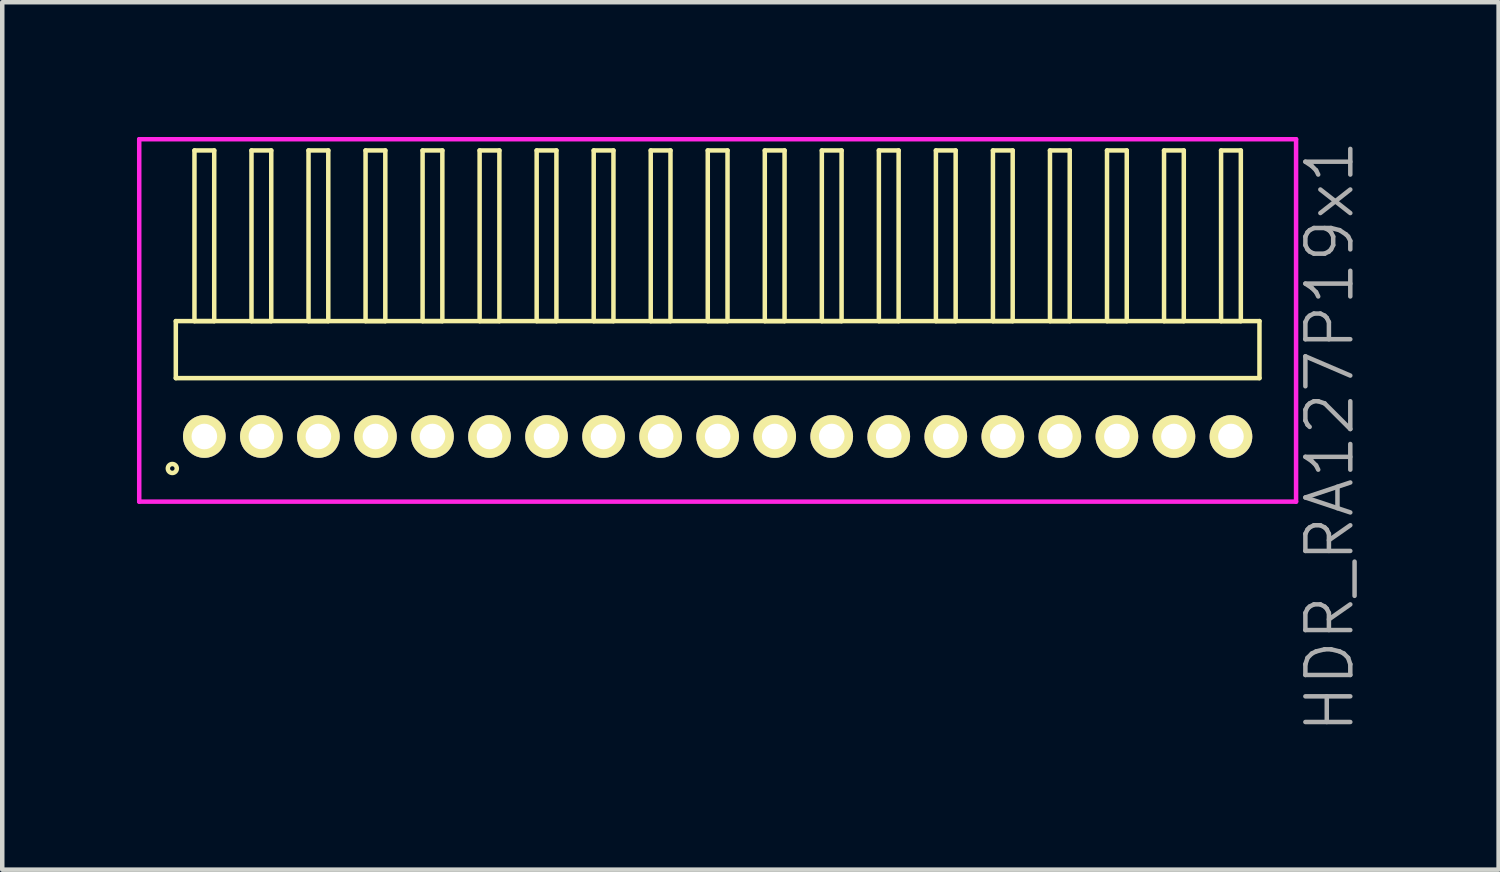
<source format=kicad_pcb>
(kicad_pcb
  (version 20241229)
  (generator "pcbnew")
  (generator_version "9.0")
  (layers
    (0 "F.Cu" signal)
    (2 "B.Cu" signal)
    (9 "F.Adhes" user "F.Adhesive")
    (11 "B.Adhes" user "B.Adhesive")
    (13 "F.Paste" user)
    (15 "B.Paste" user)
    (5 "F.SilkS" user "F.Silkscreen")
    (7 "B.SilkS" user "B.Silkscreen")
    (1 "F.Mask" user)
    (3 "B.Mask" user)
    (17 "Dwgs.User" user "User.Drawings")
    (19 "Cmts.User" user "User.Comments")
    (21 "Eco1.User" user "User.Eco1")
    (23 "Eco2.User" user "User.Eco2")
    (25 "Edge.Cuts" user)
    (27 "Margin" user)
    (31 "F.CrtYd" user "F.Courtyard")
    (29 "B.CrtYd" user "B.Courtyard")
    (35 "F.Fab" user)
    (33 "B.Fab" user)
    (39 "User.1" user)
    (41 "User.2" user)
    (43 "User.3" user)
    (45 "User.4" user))
  (footprint "HDR_RA127P19x1"
    (layer "F.Cu")
    (at 12.93 6.67)
    (property "Reference" "HDR_RA127P19x1" (at 13.63 0 90) (layer "F.Fab") (effects (font (size 1 1) (thickness 0.1))))
    (attr through_hole)
    (fp_line (start -12.065 -2.57) (end -12.065 -1.3) (stroke (width 0.1) (type solid)) (layer "F.SilkS"))
    (fp_line (start -12.065 -1.3) (end 12.065 -1.3) (stroke (width 0.1) (type solid)) (layer "F.SilkS"))
    (fp_line (start -11.65 -6.37) (end -11.65 -2.57) (stroke (width 0.1) (type solid)) (layer "F.SilkS"))
    (fp_line (start -11.65 -2.57) (end -11.21 -2.57) (stroke (width 0.1) (type solid)) (layer "F.SilkS"))
    (fp_line (start -11.21 -6.37) (end -11.65 -6.37) (stroke (width 0.1) (type solid)) (layer "F.SilkS"))
    (fp_line (start -11.21 -2.57) (end -11.21 -6.37) (stroke (width 0.1) (type solid)) (layer "F.SilkS"))
    (fp_line (start -10.38 -6.37) (end -10.38 -2.57) (stroke (width 0.1) (type solid)) (layer "F.SilkS"))
    (fp_line (start -10.38 -2.57) (end -9.94 -2.57) (stroke (width 0.1) (type solid)) (layer "F.SilkS"))
    (fp_line (start -9.94 -6.37) (end -10.38 -6.37) (stroke (width 0.1) (type solid)) (layer "F.SilkS"))
    (fp_line (start -9.94 -2.57) (end -9.94 -6.37) (stroke (width 0.1) (type solid)) (layer "F.SilkS"))
    (fp_line (start -9.11 -6.37) (end -9.11 -2.57) (stroke (width 0.1) (type solid)) (layer "F.SilkS"))
    (fp_line (start -9.11 -2.57) (end -8.67 -2.57) (stroke (width 0.1) (type solid)) (layer "F.SilkS"))
    (fp_line (start -8.67 -6.37) (end -9.11 -6.37) (stroke (width 0.1) (type solid)) (layer "F.SilkS"))
    (fp_line (start -8.67 -2.57) (end -8.67 -6.37) (stroke (width 0.1) (type solid)) (layer "F.SilkS"))
    (fp_line (start -7.84 -6.37) (end -7.84 -2.57) (stroke (width 0.1) (type solid)) (layer "F.SilkS"))
    (fp_line (start -7.84 -2.57) (end -7.4 -2.57) (stroke (width 0.1) (type solid)) (layer "F.SilkS"))
    (fp_line (start -7.4 -6.37) (end -7.84 -6.37) (stroke (width 0.1) (type solid)) (layer "F.SilkS"))
    (fp_line (start -7.4 -2.57) (end -7.4 -6.37) (stroke (width 0.1) (type solid)) (layer "F.SilkS"))
    (fp_line (start -6.57 -6.37) (end -6.57 -2.57) (stroke (width 0.1) (type solid)) (layer "F.SilkS"))
    (fp_line (start -6.57 -2.57) (end -6.13 -2.57) (stroke (width 0.1) (type solid)) (layer "F.SilkS"))
    (fp_line (start -6.13 -6.37) (end -6.57 -6.37) (stroke (width 0.1) (type solid)) (layer "F.SilkS"))
    (fp_line (start -6.13 -2.57) (end -6.13 -6.37) (stroke (width 0.1) (type solid)) (layer "F.SilkS"))
    (fp_line (start -5.3 -6.37) (end -5.3 -2.57) (stroke (width 0.1) (type solid)) (layer "F.SilkS"))
    (fp_line (start -5.3 -2.57) (end -4.86 -2.57) (stroke (width 0.1) (type solid)) (layer "F.SilkS"))
    (fp_line (start -4.86 -6.37) (end -5.3 -6.37) (stroke (width 0.1) (type solid)) (layer "F.SilkS"))
    (fp_line (start -4.86 -2.57) (end -4.86 -6.37) (stroke (width 0.1) (type solid)) (layer "F.SilkS"))
    (fp_line (start -4.03 -6.37) (end -4.03 -2.57) (stroke (width 0.1) (type solid)) (layer "F.SilkS"))
    (fp_line (start -4.03 -2.57) (end -3.59 -2.57) (stroke (width 0.1) (type solid)) (layer "F.SilkS"))
    (fp_line (start -3.59 -6.37) (end -4.03 -6.37) (stroke (width 0.1) (type solid)) (layer "F.SilkS"))
    (fp_line (start -3.59 -2.57) (end -3.59 -6.37) (stroke (width 0.1) (type solid)) (layer "F.SilkS"))
    (fp_line (start -2.76 -6.37) (end -2.76 -2.57) (stroke (width 0.1) (type solid)) (layer "F.SilkS"))
    (fp_line (start -2.76 -2.57) (end -2.32 -2.57) (stroke (width 0.1) (type solid)) (layer "F.SilkS"))
    (fp_line (start -2.32 -6.37) (end -2.76 -6.37) (stroke (width 0.1) (type solid)) (layer "F.SilkS"))
    (fp_line (start -2.32 -2.57) (end -2.32 -6.37) (stroke (width 0.1) (type solid)) (layer "F.SilkS"))
    (fp_line (start -1.49 -6.37) (end -1.49 -2.57) (stroke (width 0.1) (type solid)) (layer "F.SilkS"))
    (fp_line (start -1.49 -2.57) (end -1.05 -2.57) (stroke (width 0.1) (type solid)) (layer "F.SilkS"))
    (fp_line (start -1.05 -6.37) (end -1.49 -6.37) (stroke (width 0.1) (type solid)) (layer "F.SilkS"))
    (fp_line (start -1.05 -2.57) (end -1.05 -6.37) (stroke (width 0.1) (type solid)) (layer "F.SilkS"))
    (fp_line (start -0.22 -6.37) (end -0.22 -2.57) (stroke (width 0.1) (type solid)) (layer "F.SilkS"))
    (fp_line (start -0.22 -2.57) (end 0.22 -2.57) (stroke (width 0.1) (type solid)) (layer "F.SilkS"))
    (fp_line (start 0.22 -6.37) (end -0.22 -6.37) (stroke (width 0.1) (type solid)) (layer "F.SilkS"))
    (fp_line (start 0.22 -2.57) (end 0.22 -6.37) (stroke (width 0.1) (type solid)) (layer "F.SilkS"))
    (fp_line (start 1.05 -6.37) (end 1.05 -2.57) (stroke (width 0.1) (type solid)) (layer "F.SilkS"))
    (fp_line (start 1.05 -2.57) (end 1.49 -2.57) (stroke (width 0.1) (type solid)) (layer "F.SilkS"))
    (fp_line (start 1.49 -6.37) (end 1.05 -6.37) (stroke (width 0.1) (type solid)) (layer "F.SilkS"))
    (fp_line (start 1.49 -2.57) (end 1.49 -6.37) (stroke (width 0.1) (type solid)) (layer "F.SilkS"))
    (fp_line (start 2.32 -6.37) (end 2.32 -2.57) (stroke (width 0.1) (type solid)) (layer "F.SilkS"))
    (fp_line (start 2.32 -2.57) (end 2.76 -2.57) (stroke (width 0.1) (type solid)) (layer "F.SilkS"))
    (fp_line (start 2.76 -6.37) (end 2.32 -6.37) (stroke (width 0.1) (type solid)) (layer "F.SilkS"))
    (fp_line (start 2.76 -2.57) (end 2.76 -6.37) (stroke (width 0.1) (type solid)) (layer "F.SilkS"))
    (fp_line (start 3.59 -6.37) (end 3.59 -2.57) (stroke (width 0.1) (type solid)) (layer "F.SilkS"))
    (fp_line (start 3.59 -2.57) (end 4.03 -2.57) (stroke (width 0.1) (type solid)) (layer "F.SilkS"))
    (fp_line (start 4.03 -6.37) (end 3.59 -6.37) (stroke (width 0.1) (type solid)) (layer "F.SilkS"))
    (fp_line (start 4.03 -2.57) (end 4.03 -6.37) (stroke (width 0.1) (type solid)) (layer "F.SilkS"))
    (fp_line (start 4.86 -6.37) (end 4.86 -2.57) (stroke (width 0.1) (type solid)) (layer "F.SilkS"))
    (fp_line (start 4.86 -2.57) (end 5.3 -2.57) (stroke (width 0.1) (type solid)) (layer "F.SilkS"))
    (fp_line (start 5.3 -6.37) (end 4.86 -6.37) (stroke (width 0.1) (type solid)) (layer "F.SilkS"))
    (fp_line (start 5.3 -2.57) (end 5.3 -6.37) (stroke (width 0.1) (type solid)) (layer "F.SilkS"))
    (fp_line (start 6.13 -6.37) (end 6.13 -2.57) (stroke (width 0.1) (type solid)) (layer "F.SilkS"))
    (fp_line (start 6.13 -2.57) (end 6.57 -2.57) (stroke (width 0.1) (type solid)) (layer "F.SilkS"))
    (fp_line (start 6.57 -6.37) (end 6.13 -6.37) (stroke (width 0.1) (type solid)) (layer "F.SilkS"))
    (fp_line (start 6.57 -2.57) (end 6.57 -6.37) (stroke (width 0.1) (type solid)) (layer "F.SilkS"))
    (fp_line (start 7.4 -6.37) (end 7.4 -2.57) (stroke (width 0.1) (type solid)) (layer "F.SilkS"))
    (fp_line (start 7.4 -2.57) (end 7.84 -2.57) (stroke (width 0.1) (type solid)) (layer "F.SilkS"))
    (fp_line (start 7.84 -6.37) (end 7.4 -6.37) (stroke (width 0.1) (type solid)) (layer "F.SilkS"))
    (fp_line (start 7.84 -2.57) (end 7.84 -6.37) (stroke (width 0.1) (type solid)) (layer "F.SilkS"))
    (fp_line (start 8.67 -6.37) (end 8.67 -2.57) (stroke (width 0.1) (type solid)) (layer "F.SilkS"))
    (fp_line (start 8.67 -2.57) (end 9.11 -2.57) (stroke (width 0.1) (type solid)) (layer "F.SilkS"))
    (fp_line (start 9.11 -6.37) (end 8.67 -6.37) (stroke (width 0.1) (type solid)) (layer "F.SilkS"))
    (fp_line (start 9.11 -2.57) (end 9.11 -6.37) (stroke (width 0.1) (type solid)) (layer "F.SilkS"))
    (fp_line (start 9.94 -6.37) (end 9.94 -2.57) (stroke (width 0.1) (type solid)) (layer "F.SilkS"))
    (fp_line (start 9.94 -2.57) (end 10.38 -2.57) (stroke (width 0.1) (type solid)) (layer "F.SilkS"))
    (fp_line (start 10.38 -6.37) (end 9.94 -6.37) (stroke (width 0.1) (type solid)) (layer "F.SilkS"))
    (fp_line (start 10.38 -2.57) (end 10.38 -6.37) (stroke (width 0.1) (type solid)) (layer "F.SilkS"))
    (fp_line (start 11.21 -6.37) (end 11.21 -2.57) (stroke (width 0.1) (type solid)) (layer "F.SilkS"))
    (fp_line (start 11.21 -2.57) (end 11.65 -2.57) (stroke (width 0.1) (type solid)) (layer "F.SilkS"))
    (fp_line (start 11.65 -6.37) (end 11.21 -6.37) (stroke (width 0.1) (type solid)) (layer "F.SilkS"))
    (fp_line (start 11.65 -2.57) (end 11.65 -6.37) (stroke (width 0.1) (type solid)) (layer "F.SilkS"))
    (fp_line (start 12.065 -2.57) (end -12.065 -2.57) (stroke (width 0.1) (type solid)) (layer "F.SilkS"))
    (fp_line (start 12.065 -1.3) (end 12.065 -2.57) (stroke (width 0.1) (type solid)) (layer "F.SilkS"))
    (fp_circle (center -12.143 0.712) (end -12.043 0.712) (stroke (width 0.1) (type solid)) (fill no) (layer "F.SilkS"))
    (fp_line (start -12.88 -6.62) (end -12.88 1.45) (stroke (width 0.1) (type solid)) (layer "F.CrtYd"))
    (fp_line (start -12.88 1.45) (end 12.88 1.45) (stroke (width 0.1) (type solid)) (layer "F.CrtYd"))
    (fp_line (start 12.88 -6.62) (end -12.88 -6.62) (stroke (width 0.1) (type solid)) (layer "F.CrtYd"))
    (fp_line (start 12.88 1.45) (end 12.88 -6.62) (stroke (width 0.1) (type solid)) (layer "F.CrtYd"))
    (pad "1" thru_hole oval (at -11.43 0) (size 0.95 0.95) (drill 0.57) (layers "*.Cu" "*.Mask" "F.SilkS"))
    (pad "2" thru_hole oval (at -10.16 0) (size 0.95 0.95) (drill 0.57) (layers "*.Cu" "*.Mask" "F.SilkS"))
    (pad "3" thru_hole oval (at -8.89 0) (size 0.95 0.95) (drill 0.57) (layers "*.Cu" "*.Mask" "F.SilkS"))
    (pad "4" thru_hole oval (at -7.62 0) (size 0.95 0.95) (drill 0.57) (layers "*.Cu" "*.Mask" "F.SilkS"))
    (pad "5" thru_hole oval (at -6.35 0) (size 0.95 0.95) (drill 0.57) (layers "*.Cu" "*.Mask" "F.SilkS"))
    (pad "6" thru_hole oval (at -5.08 0) (size 0.95 0.95) (drill 0.57) (layers "*.Cu" "*.Mask" "F.SilkS"))
    (pad "7" thru_hole oval (at -3.81 0) (size 0.95 0.95) (drill 0.57) (layers "*.Cu" "*.Mask" "F.SilkS"))
    (pad "8" thru_hole oval (at -2.54 0) (size 0.95 0.95) (drill 0.57) (layers "*.Cu" "*.Mask" "F.SilkS"))
    (pad "9" thru_hole oval (at -1.27 0) (size 0.95 0.95) (drill 0.57) (layers "*.Cu" "*.Mask" "F.SilkS"))
    (pad "10" thru_hole oval (at 0 0) (size 0.95 0.95) (drill 0.57) (layers "*.Cu" "*.Mask" "F.SilkS"))
    (pad "11" thru_hole oval (at 1.27 0) (size 0.95 0.95) (drill 0.57) (layers "*.Cu" "*.Mask" "F.SilkS"))
    (pad "12" thru_hole oval (at 2.54 0) (size 0.95 0.95) (drill 0.57) (layers "*.Cu" "*.Mask" "F.SilkS"))
    (pad "13" thru_hole oval (at 3.81 0) (size 0.95 0.95) (drill 0.57) (layers "*.Cu" "*.Mask" "F.SilkS"))
    (pad "14" thru_hole oval (at 5.08 0) (size 0.95 0.95) (drill 0.57) (layers "*.Cu" "*.Mask" "F.SilkS"))
    (pad "15" thru_hole oval (at 6.35 0) (size 0.95 0.95) (drill 0.57) (layers "*.Cu" "*.Mask" "F.SilkS"))
    (pad "16" thru_hole oval (at 7.62 0) (size 0.95 0.95) (drill 0.57) (layers "*.Cu" "*.Mask" "F.SilkS"))
    (pad "17" thru_hole oval (at 8.89 0) (size 0.95 0.95) (drill 0.57) (layers "*.Cu" "*.Mask" "F.SilkS"))
    (pad "18" thru_hole oval (at 10.16 0) (size 0.95 0.95) (drill 0.57) (layers "*.Cu" "*.Mask" "F.SilkS"))
    (pad "19" thru_hole oval (at 11.43 0) (size 0.95 0.95) (drill 0.57) (layers "*.Cu" "*.Mask" "F.SilkS")))
  (gr_rect
    (start -3 -3)
    (end 30.32 16.315)
    (stroke (width 0.1) (type default))
    (fill no)
    (layer "Edge.Cuts")))
</source>
